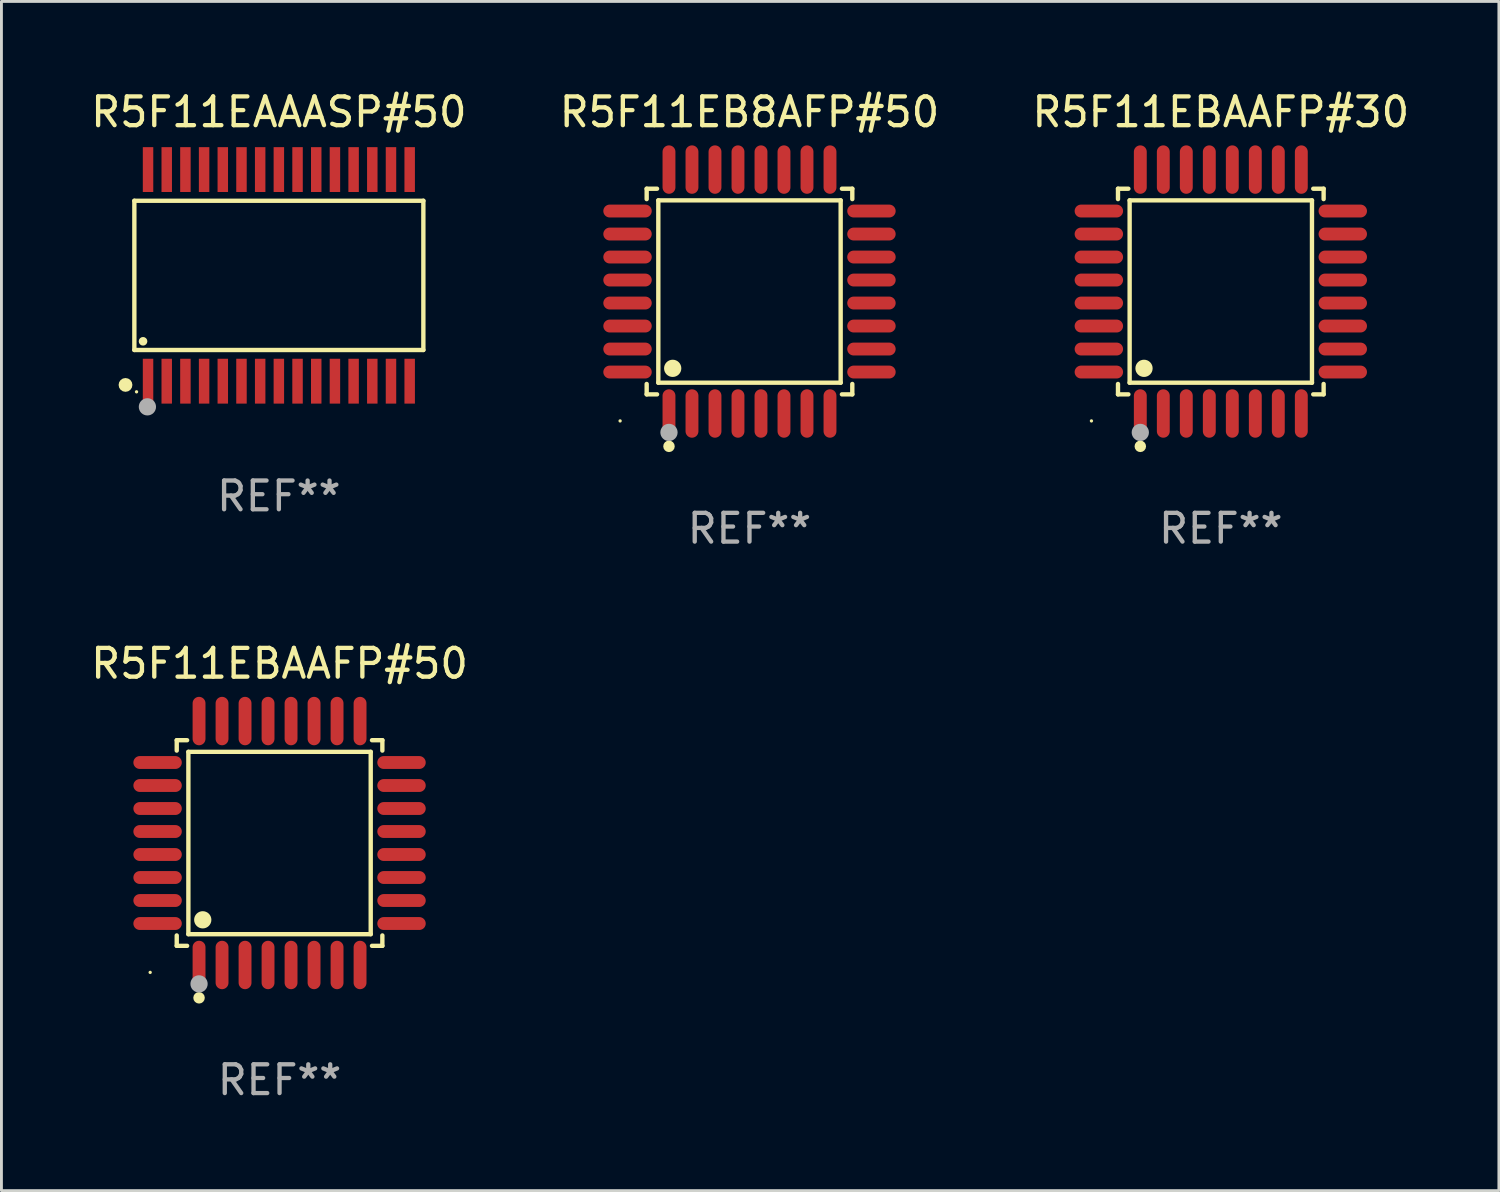
<source format=kicad_pcb>
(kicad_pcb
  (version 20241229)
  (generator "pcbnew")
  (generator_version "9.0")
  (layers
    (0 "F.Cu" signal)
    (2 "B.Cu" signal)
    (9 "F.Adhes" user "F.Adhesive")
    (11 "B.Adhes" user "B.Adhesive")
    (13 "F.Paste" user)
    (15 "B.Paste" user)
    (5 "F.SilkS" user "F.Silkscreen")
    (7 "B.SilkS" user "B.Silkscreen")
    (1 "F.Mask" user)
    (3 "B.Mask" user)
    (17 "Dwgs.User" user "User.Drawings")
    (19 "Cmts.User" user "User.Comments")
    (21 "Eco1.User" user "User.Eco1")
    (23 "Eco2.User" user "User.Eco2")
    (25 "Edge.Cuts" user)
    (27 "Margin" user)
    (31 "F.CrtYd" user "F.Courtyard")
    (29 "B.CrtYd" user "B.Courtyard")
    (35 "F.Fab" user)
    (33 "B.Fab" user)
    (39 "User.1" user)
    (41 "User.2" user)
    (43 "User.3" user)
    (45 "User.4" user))
  (footprint "R5F11EB8AFP#50"
    (layer "F.Cu")
    (at 23.018 7.09)
    (property "Reference" "R5F11EB8AFP#50" (at 0 -6.242 0) (layer "F.SilkS") (effects (font (size 1 1) (thickness 0.15))))
    (attr through_hole)
    (fp_line (start -3.576 -3.576) (end -3.215 -3.576) (stroke (width 0.152) (type solid)) (layer "F.SilkS"))
    (fp_line (start -3.576 -3.215) (end -3.576 -3.576) (stroke (width 0.152) (type solid)) (layer "F.SilkS"))
    (fp_line (start -3.576 3.215) (end -3.576 3.576) (stroke (width 0.152) (type solid)) (layer "F.SilkS"))
    (fp_line (start -3.576 3.576) (end -3.215 3.576) (stroke (width 0.152) (type solid)) (layer "F.SilkS"))
    (fp_line (start -3.171 -3.171) (end 3.171 -3.171) (stroke (width 0.152) (type solid)) (layer "F.SilkS"))
    (fp_line (start -3.171 3.171) (end -3.171 -3.171) (stroke (width 0.152) (type solid)) (layer "F.SilkS"))
    (fp_line (start 3.171 -3.171) (end 3.171 3.171) (stroke (width 0.152) (type solid)) (layer "F.SilkS"))
    (fp_line (start 3.171 3.171) (end -3.171 3.171) (stroke (width 0.152) (type solid)) (layer "F.SilkS"))
    (fp_line (start 3.576 -3.576) (end 3.215 -3.576) (stroke (width 0.152) (type solid)) (layer "F.SilkS"))
    (fp_line (start 3.576 -3.215) (end 3.576 -3.576) (stroke (width 0.152) (type solid)) (layer "F.SilkS"))
    (fp_line (start 3.576 3.215) (end 3.576 3.576) (stroke (width 0.152) (type solid)) (layer "F.SilkS"))
    (fp_line (start 3.576 3.576) (end 3.215 3.576) (stroke (width 0.152) (type solid)) (layer "F.SilkS"))
    (fp_circle (center -4.5 4.5) (end -4.47 4.5) (stroke (width 0.06) (type solid)) (fill no) (layer "F.SilkS"))
    (fp_circle (center -2.8 5.384) (end -2.7 5.384) (stroke (width 0.2) (type solid)) (fill no) (layer "F.SilkS"))
    (fp_circle (center -2.671 2.671) (end -2.521 2.671) (stroke (width 0.3) (type solid)) (fill no) (layer "F.SilkS"))
    (fp_circle (center -2.8 4.9) (end -2.65 4.9) (stroke (width 0.3) (type solid)) (fill no) (layer "F.Fab"))
    (fp_text user "REF**" (at 0 8.242 0) (layer "F.Fab") (effects (font (size 1 1) (thickness 0.15))))
    (pad "1" smd oval (at -2.8 4.242) (size 0.448 1.684) (layers "F.Cu" "F.Mask" "F.Paste"))
    (pad "2" smd oval (at -2 4.242) (size 0.448 1.684) (layers "F.Cu" "F.Mask" "F.Paste"))
    (pad "3" smd oval (at -1.2 4.242) (size 0.448 1.684) (layers "F.Cu" "F.Mask" "F.Paste"))
    (pad "4" smd oval (at -0.4 4.242) (size 0.448 1.684) (layers "F.Cu" "F.Mask" "F.Paste"))
    (pad "5" smd oval (at 0.4 4.242) (size 0.448 1.684) (layers "F.Cu" "F.Mask" "F.Paste"))
    (pad "6" smd oval (at 1.2 4.242) (size 0.448 1.684) (layers "F.Cu" "F.Mask" "F.Paste"))
    (pad "7" smd oval (at 2 4.242) (size 0.448 1.684) (layers "F.Cu" "F.Mask" "F.Paste"))
    (pad "8" smd oval (at 2.8 4.242) (size 0.448 1.684) (layers "F.Cu" "F.Mask" "F.Paste"))
    (pad "9" smd oval (at 4.242 2.8) (size 1.684 0.448) (layers "F.Cu" "F.Mask" "F.Paste"))
    (pad "10" smd oval (at 4.242 2) (size 1.684 0.448) (layers "F.Cu" "F.Mask" "F.Paste"))
    (pad "11" smd oval (at 4.242 1.2) (size 1.684 0.448) (layers "F.Cu" "F.Mask" "F.Paste"))
    (pad "12" smd oval (at 4.242 0.4) (size 1.684 0.448) (layers "F.Cu" "F.Mask" "F.Paste"))
    (pad "13" smd oval (at 4.242 -0.4) (size 1.684 0.448) (layers "F.Cu" "F.Mask" "F.Paste"))
    (pad "14" smd oval (at 4.242 -1.2) (size 1.684 0.448) (layers "F.Cu" "F.Mask" "F.Paste"))
    (pad "15" smd oval (at 4.242 -2) (size 1.684 0.448) (layers "F.Cu" "F.Mask" "F.Paste"))
    (pad "16" smd oval (at 4.242 -2.8) (size 1.684 0.448) (layers "F.Cu" "F.Mask" "F.Paste"))
    (pad "17" smd oval (at 2.8 -4.242) (size 0.448 1.684) (layers "F.Cu" "F.Mask" "F.Paste"))
    (pad "18" smd oval (at 2 -4.242) (size 0.448 1.684) (layers "F.Cu" "F.Mask" "F.Paste"))
    (pad "19" smd oval (at 1.2 -4.242) (size 0.448 1.684) (layers "F.Cu" "F.Mask" "F.Paste"))
    (pad "20" smd oval (at 0.4 -4.242) (size 0.448 1.684) (layers "F.Cu" "F.Mask" "F.Paste"))
    (pad "21" smd oval (at -0.4 -4.242) (size 0.448 1.684) (layers "F.Cu" "F.Mask" "F.Paste"))
    (pad "22" smd oval (at -1.2 -4.242) (size 0.448 1.684) (layers "F.Cu" "F.Mask" "F.Paste"))
    (pad "23" smd oval (at -2 -4.242) (size 0.448 1.684) (layers "F.Cu" "F.Mask" "F.Paste"))
    (pad "24" smd oval (at -2.8 -4.242) (size 0.448 1.684) (layers "F.Cu" "F.Mask" "F.Paste"))
    (pad "25" smd oval (at -4.242 -2.8) (size 1.684 0.448) (layers "F.Cu" "F.Mask" "F.Paste"))
    (pad "26" smd oval (at -4.242 -2) (size 1.684 0.448) (layers "F.Cu" "F.Mask" "F.Paste"))
    (pad "27" smd oval (at -4.242 -1.2) (size 1.684 0.448) (layers "F.Cu" "F.Mask" "F.Paste"))
    (pad "28" smd oval (at -4.242 -0.4) (size 1.684 0.448) (layers "F.Cu" "F.Mask" "F.Paste"))
    (pad "29" smd oval (at -4.242 0.4) (size 1.684 0.448) (layers "F.Cu" "F.Mask" "F.Paste"))
    (pad "30" smd oval (at -4.242 1.2) (size 1.684 0.448) (layers "F.Cu" "F.Mask" "F.Paste"))
    (pad "31" smd oval (at -4.242 2) (size 1.684 0.448) (layers "F.Cu" "F.Mask" "F.Paste"))
    (pad "32" smd oval (at -4.242 2.8) (size 1.684 0.448) (layers "F.Cu" "F.Mask" "F.Paste")))
  (footprint "R5F11EBAAFP#50"
    (layer "F.Cu")
    (at 6.673 26.271)
    (property "Reference" "R5F11EBAAFP#50" (at 0 -6.242 0) (layer "F.SilkS") (effects (font (size 1 1) (thickness 0.15))))
    (attr through_hole)
    (fp_line (start -3.576 -3.576) (end -3.215 -3.576) (stroke (width 0.152) (type solid)) (layer "F.SilkS"))
    (fp_line (start -3.576 -3.215) (end -3.576 -3.576) (stroke (width 0.152) (type solid)) (layer "F.SilkS"))
    (fp_line (start -3.576 3.215) (end -3.576 3.576) (stroke (width 0.152) (type solid)) (layer "F.SilkS"))
    (fp_line (start -3.576 3.576) (end -3.215 3.576) (stroke (width 0.152) (type solid)) (layer "F.SilkS"))
    (fp_line (start -3.171 -3.171) (end 3.171 -3.171) (stroke (width 0.152) (type solid)) (layer "F.SilkS"))
    (fp_line (start -3.171 3.171) (end -3.171 -3.171) (stroke (width 0.152) (type solid)) (layer "F.SilkS"))
    (fp_line (start 3.171 -3.171) (end 3.171 3.171) (stroke (width 0.152) (type solid)) (layer "F.SilkS"))
    (fp_line (start 3.171 3.171) (end -3.171 3.171) (stroke (width 0.152) (type solid)) (layer "F.SilkS"))
    (fp_line (start 3.576 -3.576) (end 3.215 -3.576) (stroke (width 0.152) (type solid)) (layer "F.SilkS"))
    (fp_line (start 3.576 -3.215) (end 3.576 -3.576) (stroke (width 0.152) (type solid)) (layer "F.SilkS"))
    (fp_line (start 3.576 3.215) (end 3.576 3.576) (stroke (width 0.152) (type solid)) (layer "F.SilkS"))
    (fp_line (start 3.576 3.576) (end 3.215 3.576) (stroke (width 0.152) (type solid)) (layer "F.SilkS"))
    (fp_circle (center -4.5 4.5) (end -4.47 4.5) (stroke (width 0.06) (type solid)) (fill no) (layer "F.SilkS"))
    (fp_circle (center -2.8 5.384) (end -2.7 5.384) (stroke (width 0.2) (type solid)) (fill no) (layer "F.SilkS"))
    (fp_circle (center -2.671 2.671) (end -2.521 2.671) (stroke (width 0.3) (type solid)) (fill no) (layer "F.SilkS"))
    (fp_circle (center -2.8 4.9) (end -2.65 4.9) (stroke (width 0.3) (type solid)) (fill no) (layer "F.Fab"))
    (fp_text user "REF**" (at 0 8.242 0) (layer "F.Fab") (effects (font (size 1 1) (thickness 0.15))))
    (pad "1" smd oval (at -2.8 4.242) (size 0.448 1.684) (layers "F.Cu" "F.Mask" "F.Paste"))
    (pad "2" smd oval (at -2 4.242) (size 0.448 1.684) (layers "F.Cu" "F.Mask" "F.Paste"))
    (pad "3" smd oval (at -1.2 4.242) (size 0.448 1.684) (layers "F.Cu" "F.Mask" "F.Paste"))
    (pad "4" smd oval (at -0.4 4.242) (size 0.448 1.684) (layers "F.Cu" "F.Mask" "F.Paste"))
    (pad "5" smd oval (at 0.4 4.242) (size 0.448 1.684) (layers "F.Cu" "F.Mask" "F.Paste"))
    (pad "6" smd oval (at 1.2 4.242) (size 0.448 1.684) (layers "F.Cu" "F.Mask" "F.Paste"))
    (pad "7" smd oval (at 2 4.242) (size 0.448 1.684) (layers "F.Cu" "F.Mask" "F.Paste"))
    (pad "8" smd oval (at 2.8 4.242) (size 0.448 1.684) (layers "F.Cu" "F.Mask" "F.Paste"))
    (pad "9" smd oval (at 4.242 2.8) (size 1.684 0.448) (layers "F.Cu" "F.Mask" "F.Paste"))
    (pad "10" smd oval (at 4.242 2) (size 1.684 0.448) (layers "F.Cu" "F.Mask" "F.Paste"))
    (pad "11" smd oval (at 4.242 1.2) (size 1.684 0.448) (layers "F.Cu" "F.Mask" "F.Paste"))
    (pad "12" smd oval (at 4.242 0.4) (size 1.684 0.448) (layers "F.Cu" "F.Mask" "F.Paste"))
    (pad "13" smd oval (at 4.242 -0.4) (size 1.684 0.448) (layers "F.Cu" "F.Mask" "F.Paste"))
    (pad "14" smd oval (at 4.242 -1.2) (size 1.684 0.448) (layers "F.Cu" "F.Mask" "F.Paste"))
    (pad "15" smd oval (at 4.242 -2) (size 1.684 0.448) (layers "F.Cu" "F.Mask" "F.Paste"))
    (pad "16" smd oval (at 4.242 -2.8) (size 1.684 0.448) (layers "F.Cu" "F.Mask" "F.Paste"))
    (pad "17" smd oval (at 2.8 -4.242) (size 0.448 1.684) (layers "F.Cu" "F.Mask" "F.Paste"))
    (pad "18" smd oval (at 2 -4.242) (size 0.448 1.684) (layers "F.Cu" "F.Mask" "F.Paste"))
    (pad "19" smd oval (at 1.2 -4.242) (size 0.448 1.684) (layers "F.Cu" "F.Mask" "F.Paste"))
    (pad "20" smd oval (at 0.4 -4.242) (size 0.448 1.684) (layers "F.Cu" "F.Mask" "F.Paste"))
    (pad "21" smd oval (at -0.4 -4.242) (size 0.448 1.684) (layers "F.Cu" "F.Mask" "F.Paste"))
    (pad "22" smd oval (at -1.2 -4.242) (size 0.448 1.684) (layers "F.Cu" "F.Mask" "F.Paste"))
    (pad "23" smd oval (at -2 -4.242) (size 0.448 1.684) (layers "F.Cu" "F.Mask" "F.Paste"))
    (pad "24" smd oval (at -2.8 -4.242) (size 0.448 1.684) (layers "F.Cu" "F.Mask" "F.Paste"))
    (pad "25" smd oval (at -4.242 -2.8) (size 1.684 0.448) (layers "F.Cu" "F.Mask" "F.Paste"))
    (pad "26" smd oval (at -4.242 -2) (size 1.684 0.448) (layers "F.Cu" "F.Mask" "F.Paste"))
    (pad "27" smd oval (at -4.242 -1.2) (size 1.684 0.448) (layers "F.Cu" "F.Mask" "F.Paste"))
    (pad "28" smd oval (at -4.242 -0.4) (size 1.684 0.448) (layers "F.Cu" "F.Mask" "F.Paste"))
    (pad "29" smd oval (at -4.242 0.4) (size 1.684 0.448) (layers "F.Cu" "F.Mask" "F.Paste"))
    (pad "30" smd oval (at -4.242 1.2) (size 1.684 0.448) (layers "F.Cu" "F.Mask" "F.Paste"))
    (pad "31" smd oval (at -4.242 2) (size 1.684 0.448) (layers "F.Cu" "F.Mask" "F.Paste"))
    (pad "32" smd oval (at -4.242 2.8) (size 1.684 0.448) (layers "F.Cu" "F.Mask" "F.Paste")))
  (footprint "R5F11EAAASP#50"
    (layer "F.Cu")
    (at 6.649 6.528)
    (property "Reference" "R5F11EAAASP#50" (at 0 -5.68 0) (layer "F.SilkS") (effects (font (size 1 1) (thickness 0.15))))
    (attr through_hole)
    (fp_line (start -5.026 -2.595) (end 5.026 -2.595) (stroke (width 0.152) (type solid)) (layer "F.SilkS"))
    (fp_line (start -5.026 2.595) (end -5.026 -2.595) (stroke (width 0.152) (type solid)) (layer "F.SilkS"))
    (fp_line (start 5.026 -2.595) (end 5.026 2.595) (stroke (width 0.152) (type solid)) (layer "F.SilkS"))
    (fp_line (start 5.026 2.595) (end -5.026 2.595) (stroke (width 0.152) (type solid)) (layer "F.SilkS"))
    (fp_circle (center -5.334 3.81) (end -5.214 3.81) (stroke (width 0.24) (type solid)) (fill no) (layer "F.SilkS"))
    (fp_circle (center -4.95 4.05) (end -4.92 4.05) (stroke (width 0.06) (type solid)) (fill no) (layer "F.SilkS"))
    (fp_circle (center -4.724 2.293) (end -4.649 2.293) (stroke (width 0.15) (type solid)) (fill no) (layer "F.SilkS"))
    (fp_circle (center -4.572 4.572) (end -4.422 4.572) (stroke (width 0.3) (type solid)) (fill no) (layer "F.Fab"))
    (fp_text user "REF**" (at 0 7.68 0) (layer "F.Fab") (effects (font (size 1 1) (thickness 0.15))))
    (pad "1" smd rect (at -4.55 3.68) (size 0.364 1.56) (layers "F.Cu" "F.Mask" "F.Paste"))
    (pad "2" smd rect (at -3.9 3.68) (size 0.364 1.56) (layers "F.Cu" "F.Mask" "F.Paste"))
    (pad "3" smd rect (at -3.25 3.68) (size 0.364 1.56) (layers "F.Cu" "F.Mask" "F.Paste"))
    (pad "4" smd rect (at -2.6 3.68) (size 0.364 1.56) (layers "F.Cu" "F.Mask" "F.Paste"))
    (pad "5" smd rect (at -1.95 3.68) (size 0.364 1.56) (layers "F.Cu" "F.Mask" "F.Paste"))
    (pad "6" smd rect (at -1.3 3.68) (size 0.364 1.56) (layers "F.Cu" "F.Mask" "F.Paste"))
    (pad "7" smd rect (at -0.65 3.68) (size 0.364 1.56) (layers "F.Cu" "F.Mask" "F.Paste"))
    (pad "8" smd rect (at -0.000013 3.68) (size 0.364 1.56) (layers "F.Cu" "F.Mask" "F.Paste"))
    (pad "9" smd rect (at 0.65 3.68) (size 0.364 1.56) (layers "F.Cu" "F.Mask" "F.Paste"))
    (pad "10" smd rect (at 1.3 3.68) (size 0.364 1.56) (layers "F.Cu" "F.Mask" "F.Paste"))
    (pad "11" smd rect (at 1.95 3.68) (size 0.364 1.56) (layers "F.Cu" "F.Mask" "F.Paste"))
    (pad "12" smd rect (at 2.6 3.68) (size 0.364 1.56) (layers "F.Cu" "F.Mask" "F.Paste"))
    (pad "13" smd rect (at 3.25 3.68) (size 0.364 1.56) (layers "F.Cu" "F.Mask" "F.Paste"))
    (pad "14" smd rect (at 3.9 3.68) (size 0.364 1.56) (layers "F.Cu" "F.Mask" "F.Paste"))
    (pad "15" smd rect (at 4.55 3.68) (size 0.364 1.56) (layers "F.Cu" "F.Mask" "F.Paste"))
    (pad "16" smd rect (at 4.55 -3.68) (size 0.364 1.56) (layers "F.Cu" "F.Mask" "F.Paste"))
    (pad "17" smd rect (at 3.9 -3.68) (size 0.364 1.56) (layers "F.Cu" "F.Mask" "F.Paste"))
    (pad "18" smd rect (at 3.25 -3.68) (size 0.364 1.56) (layers "F.Cu" "F.Mask" "F.Paste"))
    (pad "19" smd rect (at 2.6 -3.68) (size 0.364 1.56) (layers "F.Cu" "F.Mask" "F.Paste"))
    (pad "20" smd rect (at 1.95 -3.68) (size 0.364 1.56) (layers "F.Cu" "F.Mask" "F.Paste"))
    (pad "21" smd rect (at 1.3 -3.68) (size 0.364 1.56) (layers "F.Cu" "F.Mask" "F.Paste"))
    (pad "22" smd rect (at 0.65 -3.68) (size 0.364 1.56) (layers "F.Cu" "F.Mask" "F.Paste"))
    (pad "23" smd rect (at -0.000013 -3.68) (size 0.364 1.56) (layers "F.Cu" "F.Mask" "F.Paste"))
    (pad "24" smd rect (at -0.65 -3.68) (size 0.364 1.56) (layers "F.Cu" "F.Mask" "F.Paste"))
    (pad "25" smd rect (at -1.3 -3.68) (size 0.364 1.56) (layers "F.Cu" "F.Mask" "F.Paste"))
    (pad "26" smd rect (at -1.95 -3.68) (size 0.364 1.56) (layers "F.Cu" "F.Mask" "F.Paste"))
    (pad "27" smd rect (at -2.6 -3.68) (size 0.364 1.56) (layers "F.Cu" "F.Mask" "F.Paste"))
    (pad "28" smd rect (at -3.25 -3.68) (size 0.364 1.56) (layers "F.Cu" "F.Mask" "F.Paste"))
    (pad "29" smd rect (at -3.9 -3.68) (size 0.364 1.56) (layers "F.Cu" "F.Mask" "F.Paste"))
    (pad "30" smd rect (at -4.55 -3.68) (size 0.364 1.56) (layers "F.Cu" "F.Mask" "F.Paste")))
  (footprint "R5F11EBAAFP#30"
    (layer "F.Cu")
    (at 39.411 7.09)
    (property "Reference" "R5F11EBAAFP#30" (at 0 -6.242 0) (layer "F.SilkS") (effects (font (size 1 1) (thickness 0.15))))
    (attr through_hole)
    (fp_line (start -3.576 -3.576) (end -3.215 -3.576) (stroke (width 0.152) (type solid)) (layer "F.SilkS"))
    (fp_line (start -3.576 -3.215) (end -3.576 -3.576) (stroke (width 0.152) (type solid)) (layer "F.SilkS"))
    (fp_line (start -3.576 3.215) (end -3.576 3.576) (stroke (width 0.152) (type solid)) (layer "F.SilkS"))
    (fp_line (start -3.576 3.576) (end -3.215 3.576) (stroke (width 0.152) (type solid)) (layer "F.SilkS"))
    (fp_line (start -3.171 -3.171) (end 3.171 -3.171) (stroke (width 0.152) (type solid)) (layer "F.SilkS"))
    (fp_line (start -3.171 3.171) (end -3.171 -3.171) (stroke (width 0.152) (type solid)) (layer "F.SilkS"))
    (fp_line (start 3.171 -3.171) (end 3.171 3.171) (stroke (width 0.152) (type solid)) (layer "F.SilkS"))
    (fp_line (start 3.171 3.171) (end -3.171 3.171) (stroke (width 0.152) (type solid)) (layer "F.SilkS"))
    (fp_line (start 3.576 -3.576) (end 3.215 -3.576) (stroke (width 0.152) (type solid)) (layer "F.SilkS"))
    (fp_line (start 3.576 -3.215) (end 3.576 -3.576) (stroke (width 0.152) (type solid)) (layer "F.SilkS"))
    (fp_line (start 3.576 3.215) (end 3.576 3.576) (stroke (width 0.152) (type solid)) (layer "F.SilkS"))
    (fp_line (start 3.576 3.576) (end 3.215 3.576) (stroke (width 0.152) (type solid)) (layer "F.SilkS"))
    (fp_circle (center -4.5 4.5) (end -4.47 4.5) (stroke (width 0.06) (type solid)) (fill no) (layer "F.SilkS"))
    (fp_circle (center -2.8 5.384) (end -2.7 5.384) (stroke (width 0.2) (type solid)) (fill no) (layer "F.SilkS"))
    (fp_circle (center -2.671 2.671) (end -2.521 2.671) (stroke (width 0.3) (type solid)) (fill no) (layer "F.SilkS"))
    (fp_circle (center -2.8 4.9) (end -2.65 4.9) (stroke (width 0.3) (type solid)) (fill no) (layer "F.Fab"))
    (fp_text user "REF**" (at 0 8.242 0) (layer "F.Fab") (effects (font (size 1 1) (thickness 0.15))))
    (pad "1" smd oval (at -2.8 4.242) (size 0.448 1.684) (layers "F.Cu" "F.Mask" "F.Paste"))
    (pad "2" smd oval (at -2 4.242) (size 0.448 1.684) (layers "F.Cu" "F.Mask" "F.Paste"))
    (pad "3" smd oval (at -1.2 4.242) (size 0.448 1.684) (layers "F.Cu" "F.Mask" "F.Paste"))
    (pad "4" smd oval (at -0.4 4.242) (size 0.448 1.684) (layers "F.Cu" "F.Mask" "F.Paste"))
    (pad "5" smd oval (at 0.4 4.242) (size 0.448 1.684) (layers "F.Cu" "F.Mask" "F.Paste"))
    (pad "6" smd oval (at 1.2 4.242) (size 0.448 1.684) (layers "F.Cu" "F.Mask" "F.Paste"))
    (pad "7" smd oval (at 2 4.242) (size 0.448 1.684) (layers "F.Cu" "F.Mask" "F.Paste"))
    (pad "8" smd oval (at 2.8 4.242) (size 0.448 1.684) (layers "F.Cu" "F.Mask" "F.Paste"))
    (pad "9" smd oval (at 4.242 2.8) (size 1.684 0.448) (layers "F.Cu" "F.Mask" "F.Paste"))
    (pad "10" smd oval (at 4.242 2) (size 1.684 0.448) (layers "F.Cu" "F.Mask" "F.Paste"))
    (pad "11" smd oval (at 4.242 1.2) (size 1.684 0.448) (layers "F.Cu" "F.Mask" "F.Paste"))
    (pad "12" smd oval (at 4.242 0.4) (size 1.684 0.448) (layers "F.Cu" "F.Mask" "F.Paste"))
    (pad "13" smd oval (at 4.242 -0.4) (size 1.684 0.448) (layers "F.Cu" "F.Mask" "F.Paste"))
    (pad "14" smd oval (at 4.242 -1.2) (size 1.684 0.448) (layers "F.Cu" "F.Mask" "F.Paste"))
    (pad "15" smd oval (at 4.242 -2) (size 1.684 0.448) (layers "F.Cu" "F.Mask" "F.Paste"))
    (pad "16" smd oval (at 4.242 -2.8) (size 1.684 0.448) (layers "F.Cu" "F.Mask" "F.Paste"))
    (pad "17" smd oval (at 2.8 -4.242) (size 0.448 1.684) (layers "F.Cu" "F.Mask" "F.Paste"))
    (pad "18" smd oval (at 2 -4.242) (size 0.448 1.684) (layers "F.Cu" "F.Mask" "F.Paste"))
    (pad "19" smd oval (at 1.2 -4.242) (size 0.448 1.684) (layers "F.Cu" "F.Mask" "F.Paste"))
    (pad "20" smd oval (at 0.4 -4.242) (size 0.448 1.684) (layers "F.Cu" "F.Mask" "F.Paste"))
    (pad "21" smd oval (at -0.4 -4.242) (size 0.448 1.684) (layers "F.Cu" "F.Mask" "F.Paste"))
    (pad "22" smd oval (at -1.2 -4.242) (size 0.448 1.684) (layers "F.Cu" "F.Mask" "F.Paste"))
    (pad "23" smd oval (at -2 -4.242) (size 0.448 1.684) (layers "F.Cu" "F.Mask" "F.Paste"))
    (pad "24" smd oval (at -2.8 -4.242) (size 0.448 1.684) (layers "F.Cu" "F.Mask" "F.Paste"))
    (pad "25" smd oval (at -4.242 -2.8) (size 1.684 0.448) (layers "F.Cu" "F.Mask" "F.Paste"))
    (pad "26" smd oval (at -4.242 -2) (size 1.684 0.448) (layers "F.Cu" "F.Mask" "F.Paste"))
    (pad "27" smd oval (at -4.242 -1.2) (size 1.684 0.448) (layers "F.Cu" "F.Mask" "F.Paste"))
    (pad "28" smd oval (at -4.242 -0.4) (size 1.684 0.448) (layers "F.Cu" "F.Mask" "F.Paste"))
    (pad "29" smd oval (at -4.242 0.4) (size 1.684 0.448) (layers "F.Cu" "F.Mask" "F.Paste"))
    (pad "30" smd oval (at -4.242 1.2) (size 1.684 0.448) (layers "F.Cu" "F.Mask" "F.Paste"))
    (pad "31" smd oval (at -4.242 2) (size 1.684 0.448) (layers "F.Cu" "F.Mask" "F.Paste"))
    (pad "32" smd oval (at -4.242 2.8) (size 1.684 0.448) (layers "F.Cu" "F.Mask" "F.Paste")))
  (gr_rect
    (start -3 -3)
    (end 49.083 38.361)
    (stroke (width 0.1) (type default))
    (fill no)
    (layer "Edge.Cuts")))
</source>
